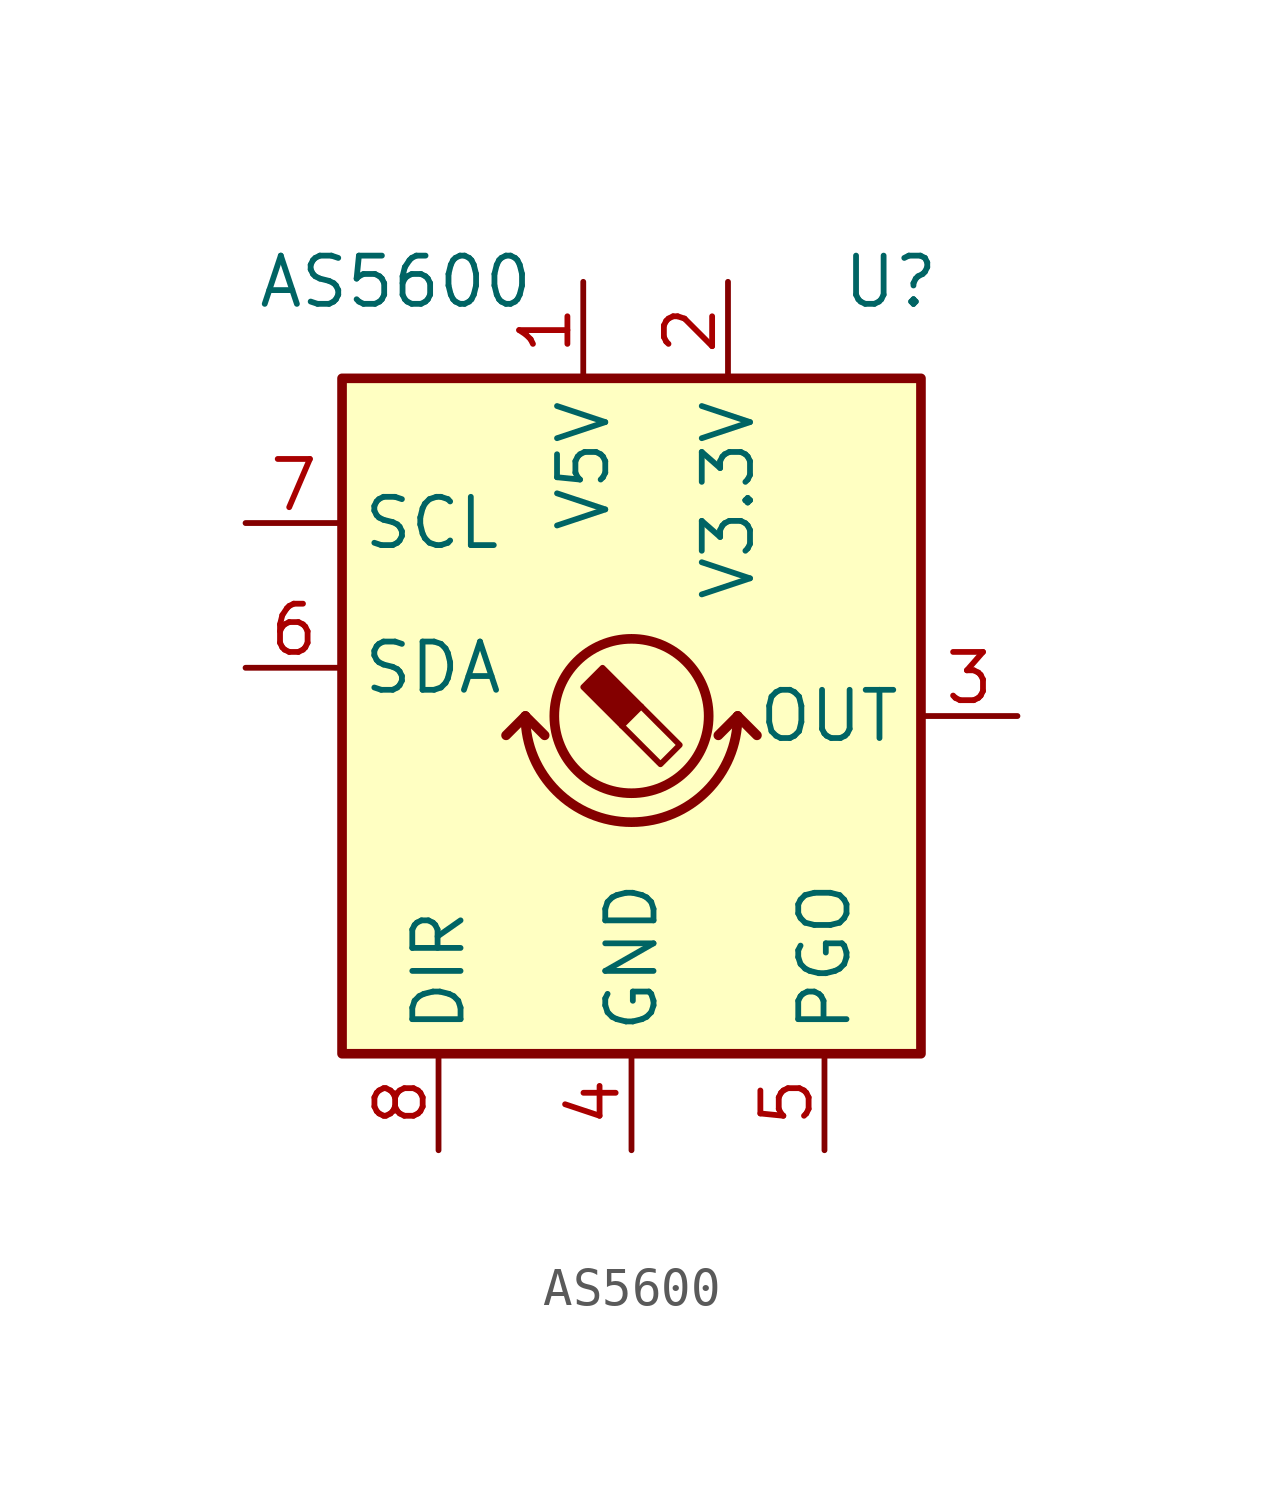
<source format=kicad_sym>
(kicad_symbol_lib
  (version 20241209)
  (generator "kicad_symbol_editor")
  (generator_version "9.0")
  (symbol "AS5600"
    (property "Reference" "U"
      (at 8.128 11.43 0)
      (effects (font (size 1.27 1.27)) (justify right)))
    (property "Value" "AS5600"
      (at -2.54 11.43 0)
      (effects (font (size 1.27 1.27)) (justify right)))
    (symbol "AS5600_0_1"
      (rectangle (start -7.62 8.89) (end 7.62 -8.89) (stroke (width 0.254) (type default)) (fill (type background)))
      (polyline (pts (xy -2.794 0) (xy -3.302 -0.508)) (stroke (width 0.254) (type default)) (fill (type none)))
      (polyline (pts (xy -2.794 0) (xy -2.286 -0.508)) (stroke (width 0.254) (type default)) (fill (type none)))
      (arc (start 2.794 0) (mid 0 -2.7819) (end -2.794 0) (stroke (width 0.254) (type default)) (fill (type none)))
      (polyline (pts (xy 2.794 0) (xy 2.286 -0.508)) (stroke (width 0.254) (type default)) (fill (type none)))
      (polyline (pts (xy 2.794 0) (xy 3.302 -0.508)) (stroke (width 0.254) (type default)) (fill (type none))))
    (symbol "AS5600_1_1"
      (polyline (pts (xy -0.762 1.27) (xy 0.254 0.254) (xy -0.254 -0.254) (xy -1.27 0.762) (xy -1.016 1.016) (xy -0.762 1.27) (xy -0.635 1.143)) (stroke (width 0) (type default)) (fill (type outline)))
      (circle (center 0 0) (radius 2.032) (stroke (width 0.254) (type default)) (fill (type none)))
      (polyline (pts (xy 0.254 0.254) (xy 1.27 -0.762) (xy 0.762 -1.27) (xy -0.254 -0.254)) (stroke (width 0) (type default)) (fill (type none)))
      (pin tri_state line (at -10.16 5.08 0) (length 2.54) (name "SCL" (effects (font (size 1.27 1.27)))) (number "7" (effects (font (size 1.27 1.27)))))
      (pin tri_state line (at -10.16 1.27 0) (length 2.54) (name "SDA" (effects (font (size 1.27 1.27)))) (number "6" (effects (font (size 1.27 1.27)))))
      (pin input line (at -5.08 -11.43 90) (length 2.54) (name "DIR" (effects (font (size 1.27 1.27)))) (number "8" (effects (font (size 1.27 1.27)))))
      (pin power_in line (at -1.27 11.43 270) (length 2.54) (name "V5V" (effects (font (size 1.27 1.27)))) (number "1" (effects (font (size 1.27 1.27)))))
      (pin power_in line (at 0 -11.43 90) (length 2.54) (name "GND" (effects (font (size 1.27 1.27)))) (number "4" (effects (font (size 1.27 1.27)))))
      (pin power_in line (at 2.54 11.43 270) (length 2.54) (name "V3.3V" (effects (font (size 1.27 1.27)))) (number "2" (effects (font (size 1.27 1.27)))))
      (pin input line (at 5.08 -11.43 90) (length 2.54) (name "PGO" (effects (font (size 1.27 1.27)))) (number "5" (effects (font (size 1.27 1.27)))))
      (pin output line (at 10.16 0 180) (length 2.54) (name "OUT" (effects (font (size 1.27 1.27)))) (number "3" (effects (font (size 1.27 1.27))))))))
</source>
